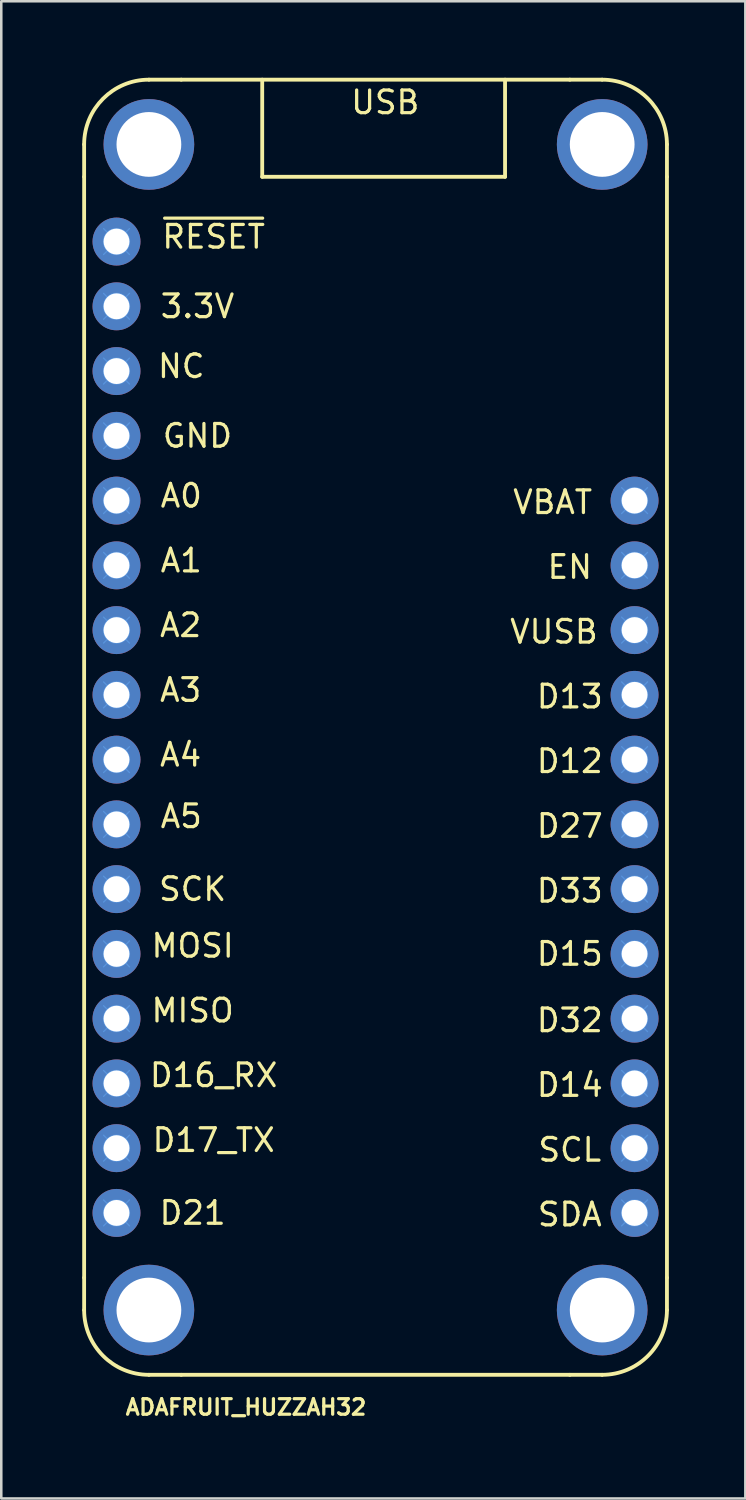
<source format=kicad_pcb>
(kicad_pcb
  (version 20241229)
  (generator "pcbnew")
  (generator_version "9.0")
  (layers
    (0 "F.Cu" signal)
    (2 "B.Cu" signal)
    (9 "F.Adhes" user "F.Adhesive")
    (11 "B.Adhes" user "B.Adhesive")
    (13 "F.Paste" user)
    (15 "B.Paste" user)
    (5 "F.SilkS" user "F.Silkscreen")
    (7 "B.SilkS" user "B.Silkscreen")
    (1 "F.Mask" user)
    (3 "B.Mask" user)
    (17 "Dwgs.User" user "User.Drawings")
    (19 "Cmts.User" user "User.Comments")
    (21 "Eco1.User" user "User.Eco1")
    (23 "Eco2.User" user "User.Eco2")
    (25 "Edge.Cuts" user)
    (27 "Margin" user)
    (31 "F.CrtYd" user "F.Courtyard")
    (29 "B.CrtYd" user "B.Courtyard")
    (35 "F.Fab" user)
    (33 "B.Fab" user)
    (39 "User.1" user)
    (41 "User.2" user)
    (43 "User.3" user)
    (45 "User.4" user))
  (footprint "ADAFRUIT_HUZZAH32"
    (layer "F.Cu")
    (at 0.25 50.875)
    (property "Reference" "ADAFRUIT_HUZZAH32" (at 6.35 1.27 0) (layer "F.SilkS") (effects (font (size 0.61 0.61) (thickness 0.127))))
    (attr exclude_from_pos_files exclude_from_bom)
    (fp_line (start 0 -48.26) (end 0 -46.99) (stroke (width 0.15) (type solid)) (layer "F.SilkS"))
    (fp_line (start 0 -46.99) (end 0 -3.81) (stroke (width 0.15) (type solid)) (layer "F.SilkS"))
    (fp_line (start 0 -2.54) (end 0 -3.81) (stroke (width 0.15) (type solid)) (layer "F.SilkS"))
    (fp_line (start 2.54 -50.8) (end 3.81 -50.8) (stroke (width 0.15) (type solid)) (layer "F.SilkS"))
    (fp_line (start 2.54 0) (end 3.81 0) (stroke (width 0.15) (type solid)) (layer "F.SilkS"))
    (fp_line (start 3.81 0) (end 19.05 0) (stroke (width 0.15) (type solid)) (layer "F.SilkS"))
    (fp_line (start 6.985 -50.8) (end 6.985 -46.99) (stroke (width 0.15) (type solid)) (layer "F.SilkS"))
    (fp_line (start 6.985 -46.99) (end 16.51 -46.99) (stroke (width 0.15) (type solid)) (layer "F.SilkS"))
    (fp_line (start 16.51 -46.99) (end 16.51 -50.8) (stroke (width 0.15) (type solid)) (layer "F.SilkS"))
    (fp_line (start 19.05 -50.8) (end 3.81 -50.8) (stroke (width 0.15) (type solid)) (layer "F.SilkS"))
    (fp_line (start 19.05 -50.8) (end 20.32 -50.8) (stroke (width 0.15) (type solid)) (layer "F.SilkS"))
    (fp_line (start 19.05 0) (end 20.32 0) (stroke (width 0.15) (type solid)) (layer "F.SilkS"))
    (fp_line (start 22.86 -46.99) (end 22.86 -48.26) (stroke (width 0.15) (type solid)) (layer "F.SilkS"))
    (fp_line (start 22.86 -3.81) (end 22.86 -46.99) (stroke (width 0.15) (type solid)) (layer "F.SilkS"))
    (fp_line (start 22.86 -3.81) (end 22.86 -2.54) (stroke (width 0.15) (type solid)) (layer "F.SilkS"))
    (fp_arc (start 0 -48.26) (mid 0.743949 -50.056051) (end 2.54 -50.8) (stroke (width 0.15) (type solid)) (layer "F.SilkS"))
    (fp_arc (start 2.54 0) (mid 0.743949 -0.743949) (end 0 -2.54) (stroke (width 0.15) (type solid)) (layer "F.SilkS"))
    (fp_arc (start 20.32 -50.8) (mid 22.116051 -50.056051) (end 22.86 -48.26) (stroke (width 0.15) (type solid)) (layer "F.SilkS"))
    (fp_arc (start 22.86 -2.54) (mid 22.116051 -0.743949) (end 20.32 0) (stroke (width 0.15) (type solid)) (layer "F.SilkS"))
    (fp_line (start 0.762 -44.958) (end 1.778 -43.942) (stroke (width 0.05) (type solid)) (layer "Cmts.User"))
    (fp_line (start 0.762 -42.418) (end 1.778 -41.402) (stroke (width 0.05) (type solid)) (layer "Cmts.User"))
    (fp_line (start 0.762 -39.878) (end 1.778 -38.862) (stroke (width 0.05) (type solid)) (layer "Cmts.User"))
    (fp_line (start 0.762 -37.338) (end 1.778 -36.322) (stroke (width 0.05) (type solid)) (layer "Cmts.User"))
    (fp_line (start 0.762 -34.798) (end 1.778 -33.782) (stroke (width 0.05) (type solid)) (layer "Cmts.User"))
    (fp_line (start 0.762 -32.258) (end 1.778 -31.242) (stroke (width 0.05) (type solid)) (layer "Cmts.User"))
    (fp_line (start 0.762 -29.718) (end 1.778 -28.702) (stroke (width 0.05) (type solid)) (layer "Cmts.User"))
    (fp_line (start 0.762 -27.178) (end 1.778 -26.162) (stroke (width 0.05) (type solid)) (layer "Cmts.User"))
    (fp_line (start 0.762 -24.638) (end 1.778 -23.622) (stroke (width 0.05) (type solid)) (layer "Cmts.User"))
    (fp_line (start 0.762 -22.098) (end 1.778 -21.082) (stroke (width 0.05) (type solid)) (layer "Cmts.User"))
    (fp_line (start 0.762 -19.558) (end 1.778 -18.542) (stroke (width 0.05) (type solid)) (layer "Cmts.User"))
    (fp_line (start 0.762 -17.018) (end 1.778 -16.002) (stroke (width 0.05) (type solid)) (layer "Cmts.User"))
    (fp_line (start 0.762 -14.478) (end 1.778 -13.462) (stroke (width 0.05) (type solid)) (layer "Cmts.User"))
    (fp_line (start 0.762 -11.938) (end 1.778 -10.922) (stroke (width 0.05) (type solid)) (layer "Cmts.User"))
    (fp_line (start 0.762 -9.398) (end 1.778 -8.382) (stroke (width 0.05) (type solid)) (layer "Cmts.User"))
    (fp_line (start 0.762 -6.858) (end 1.778 -5.842) (stroke (width 0.05) (type solid)) (layer "Cmts.User"))
    (fp_line (start 1.778 -44.958) (end 0.762 -43.942) (stroke (width 0.05) (type solid)) (layer "Cmts.User"))
    (fp_line (start 1.778 -42.418) (end 0.762 -41.402) (stroke (width 0.05) (type solid)) (layer "Cmts.User"))
    (fp_line (start 1.778 -39.878) (end 0.762 -38.862) (stroke (width 0.05) (type solid)) (layer "Cmts.User"))
    (fp_line (start 1.778 -37.338) (end 0.762 -36.322) (stroke (width 0.05) (type solid)) (layer "Cmts.User"))
    (fp_line (start 1.778 -34.798) (end 0.762 -33.782) (stroke (width 0.05) (type solid)) (layer "Cmts.User"))
    (fp_line (start 1.778 -32.258) (end 0.762 -31.242) (stroke (width 0.05) (type solid)) (layer "Cmts.User"))
    (fp_line (start 1.778 -29.718) (end 0.762 -28.702) (stroke (width 0.05) (type solid)) (layer "Cmts.User"))
    (fp_line (start 1.778 -27.178) (end 0.762 -26.162) (stroke (width 0.05) (type solid)) (layer "Cmts.User"))
    (fp_line (start 1.778 -24.638) (end 0.762 -23.622) (stroke (width 0.05) (type solid)) (layer "Cmts.User"))
    (fp_line (start 1.778 -22.098) (end 0.762 -21.082) (stroke (width 0.05) (type solid)) (layer "Cmts.User"))
    (fp_line (start 1.778 -19.558) (end 0.762 -18.542) (stroke (width 0.05) (type solid)) (layer "Cmts.User"))
    (fp_line (start 1.778 -17.018) (end 0.762 -16.002) (stroke (width 0.05) (type solid)) (layer "Cmts.User"))
    (fp_line (start 1.778 -14.478) (end 0.762 -13.462) (stroke (width 0.05) (type solid)) (layer "Cmts.User"))
    (fp_line (start 1.778 -11.938) (end 0.762 -10.922) (stroke (width 0.05) (type solid)) (layer "Cmts.User"))
    (fp_line (start 1.778 -9.398) (end 0.762 -8.382) (stroke (width 0.05) (type solid)) (layer "Cmts.User"))
    (fp_line (start 1.778 -6.858) (end 0.762 -5.842) (stroke (width 0.05) (type solid)) (layer "Cmts.User"))
    (fp_line (start 21.082 -34.798) (end 22.098 -33.782) (stroke (width 0.05) (type solid)) (layer "Cmts.User"))
    (fp_line (start 21.082 -32.258) (end 22.098 -31.242) (stroke (width 0.05) (type solid)) (layer "Cmts.User"))
    (fp_line (start 21.082 -29.718) (end 22.098 -28.702) (stroke (width 0.05) (type solid)) (layer "Cmts.User"))
    (fp_line (start 21.082 -27.178) (end 22.098 -26.162) (stroke (width 0.05) (type solid)) (layer "Cmts.User"))
    (fp_line (start 21.082 -24.638) (end 22.098 -23.622) (stroke (width 0.05) (type solid)) (layer "Cmts.User"))
    (fp_line (start 21.082 -22.098) (end 22.098 -21.082) (stroke (width 0.05) (type solid)) (layer "Cmts.User"))
    (fp_line (start 21.082 -19.558) (end 22.098 -18.542) (stroke (width 0.05) (type solid)) (layer "Cmts.User"))
    (fp_line (start 21.082 -17.018) (end 22.098 -16.002) (stroke (width 0.05) (type solid)) (layer "Cmts.User"))
    (fp_line (start 21.082 -14.478) (end 22.098 -13.462) (stroke (width 0.05) (type solid)) (layer "Cmts.User"))
    (fp_line (start 21.082 -11.938) (end 22.098 -10.922) (stroke (width 0.05) (type solid)) (layer "Cmts.User"))
    (fp_line (start 21.082 -9.398) (end 22.098 -8.382) (stroke (width 0.05) (type solid)) (layer "Cmts.User"))
    (fp_line (start 21.082 -6.858) (end 22.098 -5.842) (stroke (width 0.05) (type solid)) (layer "Cmts.User"))
    (fp_line (start 22.098 -34.798) (end 21.082 -33.782) (stroke (width 0.05) (type solid)) (layer "Cmts.User"))
    (fp_line (start 22.098 -32.258) (end 21.082 -31.242) (stroke (width 0.05) (type solid)) (layer "Cmts.User"))
    (fp_line (start 22.098 -29.718) (end 21.082 -28.702) (stroke (width 0.05) (type solid)) (layer "Cmts.User"))
    (fp_line (start 22.098 -27.178) (end 21.082 -26.162) (stroke (width 0.05) (type solid)) (layer "Cmts.User"))
    (fp_line (start 22.098 -24.638) (end 21.082 -23.622) (stroke (width 0.05) (type solid)) (layer "Cmts.User"))
    (fp_line (start 22.098 -22.098) (end 21.082 -21.082) (stroke (width 0.05) (type solid)) (layer "Cmts.User"))
    (fp_line (start 22.098 -19.558) (end 21.082 -18.542) (stroke (width 0.05) (type solid)) (layer "Cmts.User"))
    (fp_line (start 22.098 -17.018) (end 21.082 -16.002) (stroke (width 0.05) (type solid)) (layer "Cmts.User"))
    (fp_line (start 22.098 -14.478) (end 21.082 -13.462) (stroke (width 0.05) (type solid)) (layer "Cmts.User"))
    (fp_line (start 22.098 -11.938) (end 21.082 -10.922) (stroke (width 0.05) (type solid)) (layer "Cmts.User"))
    (fp_line (start 22.098 -9.398) (end 21.082 -8.382) (stroke (width 0.05) (type solid)) (layer "Cmts.User"))
    (fp_line (start 22.098 -6.858) (end 21.082 -5.842) (stroke (width 0.05) (type solid)) (layer "Cmts.User"))
    (fp_circle (center 1.27 -44.45) (end 1.27 -43.942) (stroke (width 0.05) (type solid)) (fill no) (layer "Cmts.User"))
    (fp_circle (center 1.27 -41.91) (end 1.27 -41.402) (stroke (width 0.05) (type solid)) (fill no) (layer "Cmts.User"))
    (fp_circle (center 1.27 -39.37) (end 1.27 -38.862) (stroke (width 0.05) (type solid)) (fill no) (layer "Cmts.User"))
    (fp_circle (center 1.27 -36.83) (end 1.27 -36.322) (stroke (width 0.05) (type solid)) (fill no) (layer "Cmts.User"))
    (fp_circle (center 1.27 -34.29) (end 1.27 -33.782) (stroke (width 0.05) (type solid)) (fill no) (layer "Cmts.User"))
    (fp_circle (center 1.27 -31.75) (end 1.27 -31.242) (stroke (width 0.05) (type solid)) (fill no) (layer "Cmts.User"))
    (fp_circle (center 1.27 -29.21) (end 1.27 -28.702) (stroke (width 0.05) (type solid)) (fill no) (layer "Cmts.User"))
    (fp_circle (center 1.27 -26.67) (end 1.27 -26.162) (stroke (width 0.05) (type solid)) (fill no) (layer "Cmts.User"))
    (fp_circle (center 1.27 -24.13) (end 1.27 -23.622) (stroke (width 0.05) (type solid)) (fill no) (layer "Cmts.User"))
    (fp_circle (center 1.27 -21.59) (end 1.27 -21.082) (stroke (width 0.05) (type solid)) (fill no) (layer "Cmts.User"))
    (fp_circle (center 1.27 -19.05) (end 1.27 -18.542) (stroke (width 0.05) (type solid)) (fill no) (layer "Cmts.User"))
    (fp_circle (center 1.27 -16.51) (end 1.27 -16.002) (stroke (width 0.05) (type solid)) (fill no) (layer "Cmts.User"))
    (fp_circle (center 1.27 -13.97) (end 1.27 -13.462) (stroke (width 0.05) (type solid)) (fill no) (layer "Cmts.User"))
    (fp_circle (center 1.27 -11.43) (end 1.27 -10.922) (stroke (width 0.05) (type solid)) (fill no) (layer "Cmts.User"))
    (fp_circle (center 1.27 -8.89) (end 1.27 -8.382) (stroke (width 0.05) (type solid)) (fill no) (layer "Cmts.User"))
    (fp_circle (center 1.27 -6.35) (end 1.27 -5.842) (stroke (width 0.05) (type solid)) (fill no) (layer "Cmts.User"))
    (fp_circle (center 21.59 -34.29) (end 21.59 -33.782) (stroke (width 0.05) (type solid)) (fill no) (layer "Cmts.User"))
    (fp_circle (center 21.59 -31.75) (end 21.59 -31.242) (stroke (width 0.05) (type solid)) (fill no) (layer "Cmts.User"))
    (fp_circle (center 21.59 -29.21) (end 21.59 -28.702) (stroke (width 0.05) (type solid)) (fill no) (layer "Cmts.User"))
    (fp_circle (center 21.59 -26.67) (end 21.59 -26.162) (stroke (width 0.05) (type solid)) (fill no) (layer "Cmts.User"))
    (fp_circle (center 21.59 -24.13) (end 21.59 -23.622) (stroke (width 0.05) (type solid)) (fill no) (layer "Cmts.User"))
    (fp_circle (center 21.59 -21.59) (end 21.59 -21.082) (stroke (width 0.05) (type solid)) (fill no) (layer "Cmts.User"))
    (fp_circle (center 21.59 -19.05) (end 21.59 -18.542) (stroke (width 0.05) (type solid)) (fill no) (layer "Cmts.User"))
    (fp_circle (center 21.59 -16.51) (end 21.59 -16.002) (stroke (width 0.05) (type solid)) (fill no) (layer "Cmts.User"))
    (fp_circle (center 21.59 -13.97) (end 21.59 -13.462) (stroke (width 0.05) (type solid)) (fill no) (layer "Cmts.User"))
    (fp_circle (center 21.59 -11.43) (end 21.59 -10.922) (stroke (width 0.05) (type solid)) (fill no) (layer "Cmts.User"))
    (fp_circle (center 21.59 -8.89) (end 21.59 -8.382) (stroke (width 0.05) (type solid)) (fill no) (layer "Cmts.User"))
    (fp_circle (center 21.59 -6.35) (end 21.59 -5.842) (stroke (width 0.05) (type solid)) (fill no) (layer "Cmts.User"))
    (fp_text user "3.3V" (at 4.445 -41.91 0) (layer "F.SilkS") (effects (font (size 0.889 0.889) (thickness 0.127))))
    (fp_text user "A5" (at 3.81 -21.907 0) (layer "F.SilkS") (effects (font (size 0.889 0.889) (thickness 0.127))))
    (fp_text user "VUSB" (at 18.428 -29.146 0) (layer "F.SilkS") (effects (font (size 0.889 0.889) (thickness 0.127))))
    (fp_text user "D21" (at 4.255 -6.35 0) (layer "F.SilkS") (effects (font (size 0.889 0.889) (thickness 0.127))))
    (fp_text user "A4" (at 3.785 -24.32 0) (layer "F.SilkS") (effects (font (size 0.889 0.889) (thickness 0.127))))
    (fp_text user "SCK" (at 4.255 -19.05 0) (layer "F.SilkS") (effects (font (size 0.889 0.889) (thickness 0.127))))
    (fp_text user "D16_RX" (at 5.08 -11.748 0) (layer "F.SilkS") (effects (font (size 0.889 0.889) (thickness 0.127))))
    (fp_text user "USB" (at 11.811 -49.911 0) (layer "F.SilkS") (effects (font (size 0.889 0.889) (thickness 0.127))))
    (fp_text user "D17_TX" (at 5.08 -9.205 0) (layer "F.SilkS") (effects (font (size 0.889 0.889) (thickness 0.127))))
    (fp_text user "~{RESET}" (at 5.08 -44.638 0) (layer "F.SilkS") (effects (font (size 0.889 0.889) (thickness 0.127))))
    (fp_text user "SCL" (at 19.05 -8.826 0) (layer "F.SilkS") (effects (font (size 0.889 0.889) (thickness 0.127))))
    (fp_text user "GND" (at 4.445 -36.83 0) (layer "F.SilkS") (effects (font (size 0.889 0.889) (thickness 0.127))))
    (fp_text user "VBAT" (at 18.377 -34.227 0) (layer "F.SilkS") (effects (font (size 0.889 0.889) (thickness 0.127))))
    (fp_text user "D15" (at 19.05 -16.51 0) (layer "F.SilkS") (effects (font (size 0.889 0.889) (thickness 0.127))))
    (fp_text user "EN" (at 19.05 -31.686 0) (layer "F.SilkS") (effects (font (size 0.889 0.889) (thickness 0.127))))
    (fp_text user "D27" (at 19.05 -21.526 0) (layer "F.SilkS") (effects (font (size 0.889 0.889) (thickness 0.127))))
    (fp_text user "MISO" (at 4.255 -14.287 0) (layer "F.SilkS") (effects (font (size 0.889 0.889) (thickness 0.127))))
    (fp_text user "D13" (at 19.05 -26.604 0) (layer "F.SilkS") (effects (font (size 0.889 0.889) (thickness 0.127))))
    (fp_text user "NC" (at 3.81 -39.56 0) (layer "F.SilkS") (effects (font (size 0.889 0.889) (thickness 0.127))))
    (fp_text user "D14" (at 19.05 -11.367 0) (layer "F.SilkS") (effects (font (size 0.889 0.889) (thickness 0.127))))
    (fp_text user "D12" (at 19.05 -24.067 0) (layer "F.SilkS") (effects (font (size 0.889 0.889) (thickness 0.127))))
    (fp_text user "D32" (at 19.05 -13.904 0) (layer "F.SilkS") (effects (font (size 0.889 0.889) (thickness 0.127))))
    (fp_text user "A1" (at 3.81 -31.938 0) (layer "F.SilkS") (effects (font (size 0.889 0.889) (thickness 0.127))))
    (fp_text user "SDA" (at 19.05 -6.287 0) (layer "F.SilkS") (effects (font (size 0.889 0.889) (thickness 0.127))))
    (fp_text user "MOSI" (at 4.255 -16.828 0) (layer "F.SilkS") (effects (font (size 0.889 0.889) (thickness 0.127))))
    (fp_text user "D33" (at 19.05 -18.986 0) (layer "F.SilkS") (effects (font (size 0.889 0.889) (thickness 0.127))))
    (fp_text user "A2" (at 3.785 -29.401 0) (layer "F.SilkS") (effects (font (size 0.889 0.889) (thickness 0.127))))
    (fp_text user "A3" (at 3.785 -26.86 0) (layer "F.SilkS") (effects (font (size 0.889 0.889) (thickness 0.127))))
    (fp_text user "A0" (at 3.81 -34.48 0) (layer "F.SilkS") (effects (font (size 0.889 0.889) (thickness 0.127))))
    (pad "" np_thru_hole circle (at 2.54 -48.26 90) (size 3.556 3.556) (drill 2.54) (layers "*.Cu" "*.Mask"))
    (pad "" np_thru_hole circle (at 2.54 -2.54 90) (size 3.556 3.556) (drill 2.54) (layers "*.Cu" "*.Mask"))
    (pad "" np_thru_hole circle (at 20.32 -48.26 90) (size 3.556 3.556) (drill 2.54) (layers "*.Cu" "*.Mask"))
    (pad "" np_thru_hole circle (at 20.32 -2.54 90) (size 3.556 3.556) (drill 2.54) (layers "*.Cu" "*.Mask"))
    (pad "1" thru_hole circle (at 1.27 -44.45) (size 1.88 1.88) (drill 1.016) (layers "*.Cu" "*.Mask"))
    (pad "2" thru_hole circle (at 1.27 -41.91) (size 1.88 1.88) (drill 1.016) (layers "*.Cu" "*.Mask"))
    (pad "3" thru_hole circle (at 1.27 -39.37) (size 1.88 1.88) (drill 1.016) (layers "*.Cu" "*.Mask"))
    (pad "4" thru_hole circle (at 1.27 -36.83) (size 1.88 1.88) (drill 1.016) (layers "*.Cu" "*.Mask"))
    (pad "5" thru_hole circle (at 1.27 -34.29) (size 1.88 1.88) (drill 1.016) (layers "*.Cu" "*.Mask"))
    (pad "6" thru_hole circle (at 1.27 -31.75) (size 1.88 1.88) (drill 1.016) (layers "*.Cu" "*.Mask"))
    (pad "7" thru_hole circle (at 1.27 -29.21) (size 1.88 1.88) (drill 1.016) (layers "*.Cu" "*.Mask"))
    (pad "8" thru_hole circle (at 1.27 -26.67) (size 1.88 1.88) (drill 1.016) (layers "*.Cu" "*.Mask"))
    (pad "9" thru_hole circle (at 1.27 -24.13) (size 1.88 1.88) (drill 1.016) (layers "*.Cu" "*.Mask"))
    (pad "10" thru_hole circle (at 1.27 -21.59) (size 1.88 1.88) (drill 1.016) (layers "*.Cu" "*.Mask"))
    (pad "11" thru_hole circle (at 1.27 -19.05 90) (size 1.88 1.88) (drill 1.016) (layers "*.Cu" "*.Mask"))
    (pad "12" thru_hole circle (at 1.27 -16.51) (size 1.88 1.88) (drill 1.016) (layers "*.Cu" "*.Mask"))
    (pad "13" thru_hole circle (at 1.27 -13.97) (size 1.88 1.88) (drill 1.016) (layers "*.Cu" "*.Mask"))
    (pad "14" thru_hole circle (at 1.27 -11.43) (size 1.88 1.88) (drill 1.016) (layers "*.Cu" "*.Mask"))
    (pad "15" thru_hole circle (at 1.27 -8.89) (size 1.88 1.88) (drill 1.016) (layers "*.Cu" "*.Mask"))
    (pad "16" thru_hole circle (at 1.27 -6.35) (size 1.88 1.88) (drill 1.016) (layers "*.Cu" "*.Mask"))
    (pad "17" thru_hole circle (at 21.59 -6.35) (size 1.88 1.88) (drill 1.016) (layers "*.Cu" "*.Mask"))
    (pad "18" thru_hole circle (at 21.59 -8.89) (size 1.88 1.88) (drill 1.016) (layers "*.Cu" "*.Mask"))
    (pad "19" thru_hole circle (at 21.59 -11.43) (size 1.88 1.88) (drill 1.016) (layers "*.Cu" "*.Mask"))
    (pad "20" thru_hole circle (at 21.59 -13.97) (size 1.88 1.88) (drill 1.016) (layers "*.Cu" "*.Mask"))
    (pad "21" thru_hole circle (at 21.59 -16.51) (size 1.88 1.88) (drill 1.016) (layers "*.Cu" "*.Mask"))
    (pad "22" thru_hole circle (at 21.59 -19.05) (size 1.88 1.88) (drill 1.016) (layers "*.Cu" "*.Mask"))
    (pad "23" thru_hole circle (at 21.59 -21.59) (size 1.88 1.88) (drill 1.016) (layers "*.Cu" "*.Mask"))
    (pad "24" thru_hole circle (at 21.59 -24.13) (size 1.88 1.88) (drill 1.016) (layers "*.Cu" "*.Mask"))
    (pad "25" thru_hole circle (at 21.59 -26.67) (size 1.88 1.88) (drill 1.016) (layers "*.Cu" "*.Mask"))
    (pad "26" thru_hole circle (at 21.59 -29.21) (size 1.88 1.88) (drill 1.016) (layers "*.Cu" "*.Mask"))
    (pad "27" thru_hole circle (at 21.59 -31.75) (size 1.88 1.88) (drill 1.016) (layers "*.Cu" "*.Mask"))
    (pad "28" thru_hole circle (at 21.59 -34.29) (size 1.88 1.88) (drill 1.016) (layers "*.Cu" "*.Mask")))
  (gr_rect
    (start -3 -3)
    (end 26.185 55.725)
    (stroke (width 0.1) (type default))
    (fill no)
    (layer "Edge.Cuts")))
</source>
